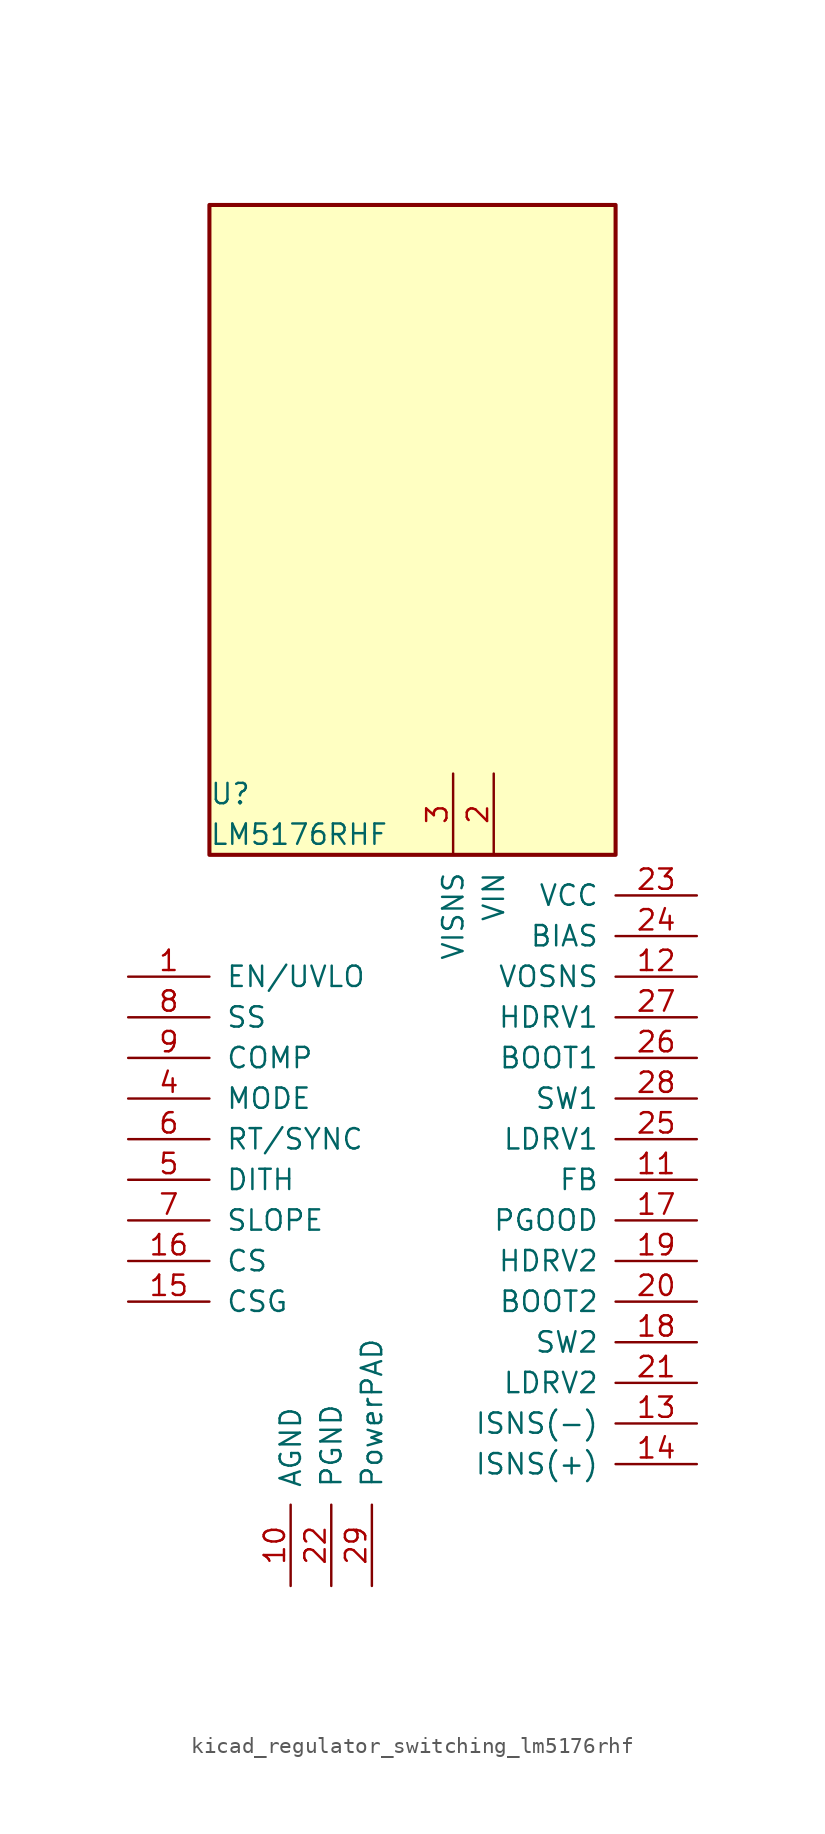
<source format=kicad_sym>
(kicad_symbol_lib
  (version 20220914)
  (generator kicad_symbol_editor)
  (symbol "kicad_regulator_switching_lm5176rhf"
    (pin_names
      (offset 1.016))
    (property "Reference" "U"
      (at -12.7 24.13 0)
      (effects (font (size 1.27 1.27)) (justify left)))
    (property "Value" "LM5176RHF"
      (at -12.7 21.59 0)
      (effects (font (size 1.27 1.27)) (justify left)))
    (symbol "kicad_regulator_switching_lm5176rhf_0_1"
      (rectangle (start 12.7 60.96) (end -12.7 20.32) (stroke (width 0.254) (type default)) (fill (type background))))
    (symbol "kicad_regulator_switching_lm5176rhf_1_1"
      (pin input line (at -17.78 12.7 0) (length 5.08) (name "EN/UVLO" (effects (font (size 1.27 1.27)))) (number "1" (effects (font (size 1.27 1.27)))))
      (pin power_in line (at -7.62 -25.4 90) (length 5.08) (name "AGND" (effects (font (size 1.27 1.27)))) (number "10" (effects (font (size 1.27 1.27)))))
      (pin input line (at 17.78 0 180) (length 5.08) (name "FB" (effects (font (size 1.27 1.27)))) (number "11" (effects (font (size 1.27 1.27)))))
      (pin output line (at 17.78 12.7 180) (length 5.08) (name "VOSNS" (effects (font (size 1.27 1.27)))) (number "12" (effects (font (size 1.27 1.27)))))
      (pin input line (at 17.78 -15.24 180) (length 5.08) (name "ISNS(-)" (effects (font (size 1.27 1.27)))) (number "13" (effects (font (size 1.27 1.27)))))
      (pin input line (at 17.78 -17.78 180) (length 5.08) (name "ISNS(+)" (effects (font (size 1.27 1.27)))) (number "14" (effects (font (size 1.27 1.27)))))
      (pin input line (at -17.78 -7.62 0) (length 5.08) (name "CSG" (effects (font (size 1.27 1.27)))) (number "15" (effects (font (size 1.27 1.27)))))
      (pin input line (at -17.78 -5.08 0) (length 5.08) (name "CS" (effects (font (size 1.27 1.27)))) (number "16" (effects (font (size 1.27 1.27)))))
      (pin output line (at 17.78 -2.54 180) (length 5.08) (name "PGOOD" (effects (font (size 1.27 1.27)))) (number "17" (effects (font (size 1.27 1.27)))))
      (pin output line (at 17.78 -10.16 180) (length 5.08) (name "SW2" (effects (font (size 1.27 1.27)))) (number "18" (effects (font (size 1.27 1.27)))))
      (pin output line (at 17.78 -5.08 180) (length 5.08) (name "HDRV2" (effects (font (size 1.27 1.27)))) (number "19" (effects (font (size 1.27 1.27)))))
      (pin power_in line (at 5.08 25.4 270) (length 5.08) (name "VIN" (effects (font (size 1.27 1.27)))) (number "2" (effects (font (size 1.27 1.27)))))
      (pin passive line (at 17.78 -7.62 180) (length 5.08) (name "BOOT2" (effects (font (size 1.27 1.27)))) (number "20" (effects (font (size 1.27 1.27)))))
      (pin output line (at 17.78 -12.7 180) (length 5.08) (name "LDRV2" (effects (font (size 1.27 1.27)))) (number "21" (effects (font (size 1.27 1.27)))))
      (pin power_in line (at -5.08 -25.4 90) (length 5.08) (name "PGND" (effects (font (size 1.27 1.27)))) (number "22" (effects (font (size 1.27 1.27)))))
      (pin power_in line (at 17.78 17.78 180) (length 5.08) (name "VCC" (effects (font (size 1.27 1.27)))) (number "23" (effects (font (size 1.27 1.27)))))
      (pin input line (at 17.78 15.24 180) (length 5.08) (name "BIAS" (effects (font (size 1.27 1.27)))) (number "24" (effects (font (size 1.27 1.27)))))
      (pin output line (at 17.78 2.54 180) (length 5.08) (name "LDRV1" (effects (font (size 1.27 1.27)))) (number "25" (effects (font (size 1.27 1.27)))))
      (pin passive line (at 17.78 7.62 180) (length 5.08) (name "BOOT1" (effects (font (size 1.27 1.27)))) (number "26" (effects (font (size 1.27 1.27)))))
      (pin output line (at 17.78 10.16 180) (length 5.08) (name "HDRV1" (effects (font (size 1.27 1.27)))) (number "27" (effects (font (size 1.27 1.27)))))
      (pin output line (at 17.78 5.08 180) (length 5.08) (name "SW1" (effects (font (size 1.27 1.27)))) (number "28" (effects (font (size 1.27 1.27)))))
      (pin input line (at -2.54 -25.4 90) (length 5.08) (name "PowerPAD" (effects (font (size 1.27 1.27)))) (number "29" (effects (font (size 1.27 1.27)))))
      (pin input line (at 2.54 25.4 270) (length 5.08) (name "VISNS" (effects (font (size 1.27 1.27)))) (number "3" (effects (font (size 1.27 1.27)))))
      (pin input line (at -17.78 5.08 0) (length 5.08) (name "MODE" (effects (font (size 1.27 1.27)))) (number "4" (effects (font (size 1.27 1.27)))))
      (pin passive line (at -17.78 0 0) (length 5.08) (name "DITH" (effects (font (size 1.27 1.27)))) (number "5" (effects (font (size 1.27 1.27)))))
      (pin input line (at -17.78 2.54 0) (length 5.08) (name "RT/SYNC" (effects (font (size 1.27 1.27)))) (number "6" (effects (font (size 1.27 1.27)))))
      (pin passive line (at -17.78 -2.54 0) (length 5.08) (name "SLOPE" (effects (font (size 1.27 1.27)))) (number "7" (effects (font (size 1.27 1.27)))))
      (pin passive line (at -17.78 10.16 0) (length 5.08) (name "SS" (effects (font (size 1.27 1.27)))) (number "8" (effects (font (size 1.27 1.27)))))
      (pin passive line (at -17.78 7.62 0) (length 5.08) (name "COMP" (effects (font (size 1.27 1.27)))) (number "9" (effects (font (size 1.27 1.27))))))))
</source>
